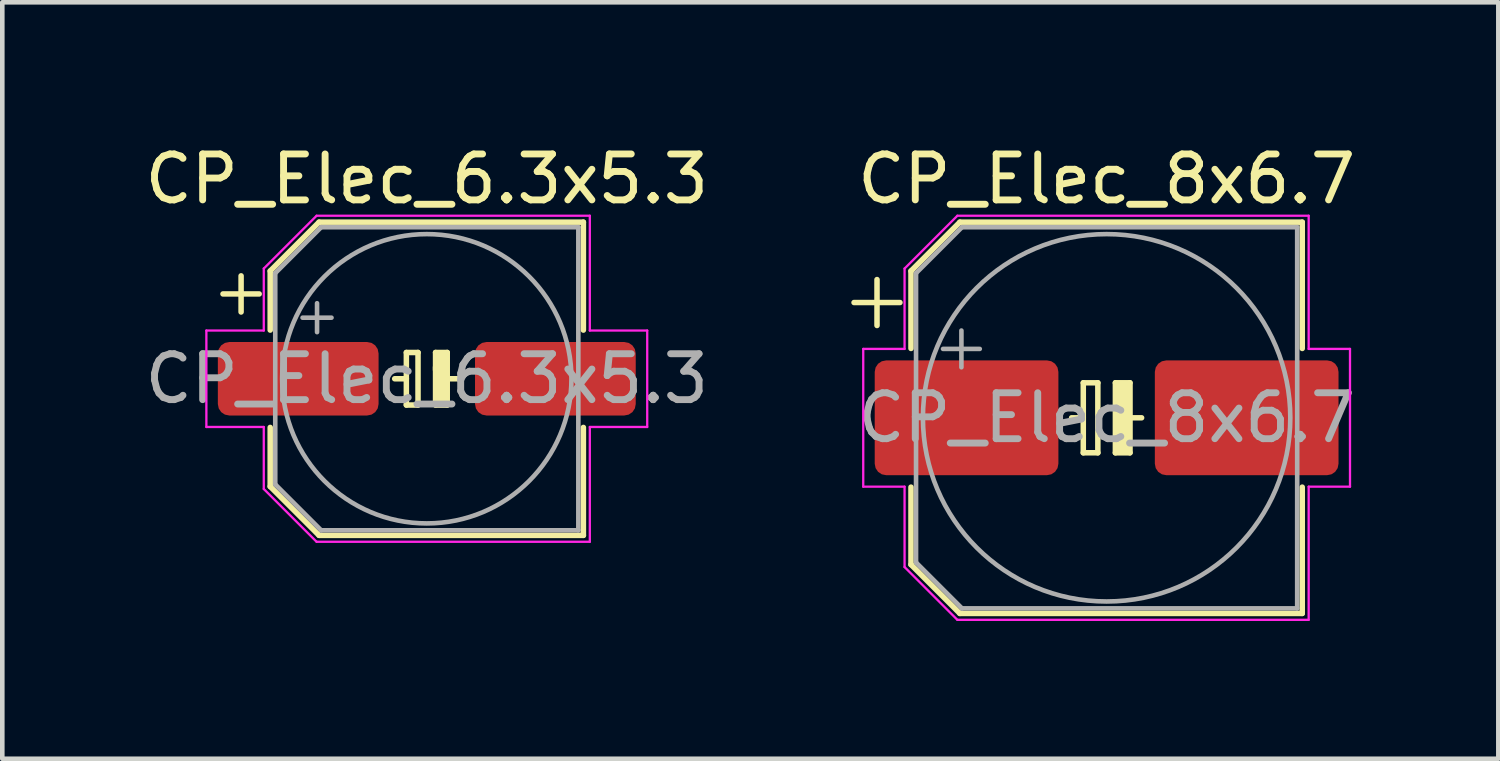
<source format=kicad_pcb>
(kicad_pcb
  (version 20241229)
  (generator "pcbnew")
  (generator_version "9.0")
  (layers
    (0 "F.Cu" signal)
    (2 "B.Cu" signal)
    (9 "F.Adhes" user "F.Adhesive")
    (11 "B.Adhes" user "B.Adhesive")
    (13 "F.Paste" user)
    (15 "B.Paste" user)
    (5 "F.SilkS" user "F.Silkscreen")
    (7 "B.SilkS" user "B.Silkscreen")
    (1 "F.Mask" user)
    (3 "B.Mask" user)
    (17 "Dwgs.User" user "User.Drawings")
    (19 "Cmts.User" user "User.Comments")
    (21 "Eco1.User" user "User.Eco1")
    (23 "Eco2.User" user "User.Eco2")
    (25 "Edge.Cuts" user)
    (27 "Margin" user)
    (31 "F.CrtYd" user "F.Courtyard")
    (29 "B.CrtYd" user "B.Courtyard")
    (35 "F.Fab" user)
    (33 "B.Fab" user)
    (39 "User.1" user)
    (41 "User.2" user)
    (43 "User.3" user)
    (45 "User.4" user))
  (footprint "CP_Elec_8x6.7"
    (layer "F.Cu")
    (at 21.048 6.048)
    (property "Reference" "CP_Elec_8x6.7" (at 0 -5.2 0) (layer "F.SilkS") (effects (font (size 1 1) (thickness 0.15))))
    (attr smd)
    (fp_line (start -5.5 -2.51) (end -4.5 -2.51) (stroke (width 0.12) (type solid)) (layer "F.SilkS"))
    (fp_line (start -5 -3.01) (end -5 -2.01) (stroke (width 0.12) (type solid)) (layer "F.SilkS"))
    (fp_line (start -4.26 -3.196) (end -4.26 -1.51) (stroke (width 0.12) (type solid)) (layer "F.SilkS"))
    (fp_line (start -4.26 -3.196) (end -3.196 -4.26) (stroke (width 0.12) (type solid)) (layer "F.SilkS"))
    (fp_line (start -4.26 3.196) (end -4.26 1.51) (stroke (width 0.12) (type solid)) (layer "F.SilkS"))
    (fp_line (start -4.26 3.196) (end -3.196 4.26) (stroke (width 0.12) (type solid)) (layer "F.SilkS"))
    (fp_line (start -3.196 -4.26) (end 4.26 -4.26) (stroke (width 0.12) (type solid)) (layer "F.SilkS"))
    (fp_line (start -3.196 4.26) (end 4.26 4.26) (stroke (width 0.12) (type solid)) (layer "F.SilkS"))
    (fp_line (start -0.508 0) (end -0.762 0) (stroke (width 0.12) (type solid)) (layer "F.SilkS"))
    (fp_line (start -0.508 0.762) (end -0.508 -0.762) (stroke (width 0.12) (type solid)) (layer "F.SilkS"))
    (fp_line (start -0.508 0.762) (end -0.191 0.762) (stroke (width 0.12) (type solid)) (layer "F.SilkS"))
    (fp_line (start -0.191 -0.762) (end -0.508 -0.762) (stroke (width 0.12) (type solid)) (layer "F.SilkS"))
    (fp_line (start -0.191 -0.762) (end -0.191 0.762) (stroke (width 0.12) (type solid)) (layer "F.SilkS"))
    (fp_line (start 0.191 -0.762) (end 0.191 -0.191) (stroke (width 0.12) (type solid)) (layer "F.SilkS"))
    (fp_line (start 0.191 -0.254) (end 0.191 0.762) (stroke (width 0.12) (type solid)) (layer "F.SilkS"))
    (fp_line (start 0.191 0.762) (end 0.508 0.762) (stroke (width 0.12) (type solid)) (layer "F.SilkS"))
    (fp_line (start 0.508 -0.762) (end 0.191 -0.762) (stroke (width 0.12) (type solid)) (layer "F.SilkS"))
    (fp_line (start 0.508 0) (end 0.762 0) (stroke (width 0.12) (type solid)) (layer "F.SilkS"))
    (fp_line (start 0.508 0.762) (end 0.508 -0.762) (stroke (width 0.12) (type solid)) (layer "F.SilkS"))
    (fp_line (start 4.26 -4.26) (end 4.26 -1.51) (stroke (width 0.12) (type solid)) (layer "F.SilkS"))
    (fp_line (start 4.26 4.26) (end 4.26 1.51) (stroke (width 0.12) (type solid)) (layer "F.SilkS"))
    (fp_poly (pts (xy 0.508 0.762) (xy 0.191 0.762) (xy 0.191 -0.762) (xy 0.508 -0.762)) (stroke (width 0.1) (type solid)) (fill yes) (layer "F.SilkS"))
    (fp_line (start -5.3 -1.5) (end -5.3 1.5) (stroke (width 0.05) (type solid)) (layer "F.CrtYd"))
    (fp_line (start -5.3 1.5) (end -4.4 1.5) (stroke (width 0.05) (type solid)) (layer "F.CrtYd"))
    (fp_line (start -4.4 -3.25) (end -4.4 -1.5) (stroke (width 0.05) (type solid)) (layer "F.CrtYd"))
    (fp_line (start -4.4 -3.25) (end -3.25 -4.4) (stroke (width 0.05) (type solid)) (layer "F.CrtYd"))
    (fp_line (start -4.4 -1.5) (end -5.3 -1.5) (stroke (width 0.05) (type solid)) (layer "F.CrtYd"))
    (fp_line (start -4.4 1.5) (end -4.4 3.25) (stroke (width 0.05) (type solid)) (layer "F.CrtYd"))
    (fp_line (start -4.4 3.25) (end -3.25 4.4) (stroke (width 0.05) (type solid)) (layer "F.CrtYd"))
    (fp_line (start -3.25 -4.4) (end 4.4 -4.4) (stroke (width 0.05) (type solid)) (layer "F.CrtYd"))
    (fp_line (start -3.25 4.4) (end 4.4 4.4) (stroke (width 0.05) (type solid)) (layer "F.CrtYd"))
    (fp_line (start 4.4 -4.4) (end 4.4 -1.5) (stroke (width 0.05) (type solid)) (layer "F.CrtYd"))
    (fp_line (start 4.4 -1.5) (end 5.3 -1.5) (stroke (width 0.05) (type solid)) (layer "F.CrtYd"))
    (fp_line (start 4.4 1.5) (end 4.4 4.4) (stroke (width 0.05) (type solid)) (layer "F.CrtYd"))
    (fp_line (start 5.3 -1.5) (end 5.3 1.5) (stroke (width 0.05) (type solid)) (layer "F.CrtYd"))
    (fp_line (start 5.3 1.5) (end 4.4 1.5) (stroke (width 0.05) (type solid)) (layer "F.CrtYd"))
    (fp_line (start -4.15 -3.15) (end -4.15 3.15) (stroke (width 0.1) (type solid)) (layer "F.Fab"))
    (fp_line (start -4.15 -3.15) (end -3.15 -4.15) (stroke (width 0.1) (type solid)) (layer "F.Fab"))
    (fp_line (start -4.15 3.15) (end -3.15 4.15) (stroke (width 0.1) (type solid)) (layer "F.Fab"))
    (fp_line (start -3.562 -1.5) (end -2.762 -1.5) (stroke (width 0.1) (type solid)) (layer "F.Fab"))
    (fp_line (start -3.162 -1.9) (end -3.162 -1.1) (stroke (width 0.1) (type solid)) (layer "F.Fab"))
    (fp_line (start -3.15 -4.15) (end 4.15 -4.15) (stroke (width 0.1) (type solid)) (layer "F.Fab"))
    (fp_line (start -3.15 4.15) (end 4.15 4.15) (stroke (width 0.1) (type solid)) (layer "F.Fab"))
    (fp_line (start 4.15 -4.15) (end 4.15 4.15) (stroke (width 0.1) (type solid)) (layer "F.Fab"))
    (fp_circle (center 0 0) (end 4 0) (stroke (width 0.1) (type solid)) (fill no) (layer "F.Fab"))
    (fp_text user "${REFERENCE}" (at 0 0 0) (layer "F.Fab") (effects (font (size 1 1) (thickness 0.15))))
    (pad "1" smd roundrect (at -3.05 0) (size 4 2.5) (layers "F.Cu" "F.Mask" "F.Paste") (roundrect_rratio 0.1))
    (pad "2" smd roundrect (at 3.05 0) (size 4 2.5) (layers "F.Cu" "F.Mask" "F.Paste") (roundrect_rratio 0.1)))
  (footprint "CP_Elec_6.3x5.3"
    (layer "F.Cu")
    (at 6.244 5.198)
    (property "Reference" "CP_Elec_6.3x5.3" (at 0 -4.35 0) (layer "F.SilkS") (effects (font (size 1 1) (thickness 0.15))))
    (attr smd)
    (fp_line (start -4.438 -1.847) (end -3.65 -1.847) (stroke (width 0.12) (type solid)) (layer "F.SilkS"))
    (fp_line (start -4.044 -2.241) (end -4.044 -1.454) (stroke (width 0.12) (type solid)) (layer "F.SilkS"))
    (fp_line (start -3.41 -2.346) (end -3.41 -1.06) (stroke (width 0.12) (type solid)) (layer "F.SilkS"))
    (fp_line (start -3.41 -2.346) (end -2.346 -3.41) (stroke (width 0.12) (type solid)) (layer "F.SilkS"))
    (fp_line (start -3.41 2.346) (end -3.41 1.06) (stroke (width 0.12) (type solid)) (layer "F.SilkS"))
    (fp_line (start -3.41 2.346) (end -2.346 3.41) (stroke (width 0.12) (type solid)) (layer "F.SilkS"))
    (fp_line (start -2.346 -3.41) (end 3.41 -3.41) (stroke (width 0.12) (type solid)) (layer "F.SilkS"))
    (fp_line (start -2.346 3.41) (end 3.41 3.41) (stroke (width 0.12) (type solid)) (layer "F.SilkS"))
    (fp_line (start -0.445 -0.572) (end -0.191 -0.572) (stroke (width 0.12) (type solid)) (layer "F.SilkS"))
    (fp_line (start -0.445 0) (end -0.699 0) (stroke (width 0.12) (type solid)) (layer "F.SilkS"))
    (fp_line (start -0.445 0.572) (end -0.445 -0.572) (stroke (width 0.12) (type solid)) (layer "F.SilkS"))
    (fp_line (start -0.191 -0.572) (end -0.191 0.572) (stroke (width 0.12) (type solid)) (layer "F.SilkS"))
    (fp_line (start -0.191 0.572) (end -0.445 0.572) (stroke (width 0.12) (type solid)) (layer "F.SilkS"))
    (fp_line (start 0.191 -0.572) (end 0.191 -0.191) (stroke (width 0.12) (type solid)) (layer "F.SilkS"))
    (fp_line (start 0.191 -0.572) (end 0.445 -0.572) (stroke (width 0.12) (type solid)) (layer "F.SilkS"))
    (fp_line (start 0.191 -0.254) (end 0.191 0.572) (stroke (width 0.12) (type solid)) (layer "F.SilkS"))
    (fp_line (start 0.445 0) (end 0.699 0) (stroke (width 0.12) (type solid)) (layer "F.SilkS"))
    (fp_line (start 0.445 0.572) (end 0.191 0.572) (stroke (width 0.12) (type solid)) (layer "F.SilkS"))
    (fp_line (start 0.445 0.572) (end 0.445 -0.572) (stroke (width 0.12) (type solid)) (layer "F.SilkS"))
    (fp_line (start 3.41 -3.41) (end 3.41 -1.06) (stroke (width 0.12) (type solid)) (layer "F.SilkS"))
    (fp_line (start 3.41 3.41) (end 3.41 1.06) (stroke (width 0.12) (type solid)) (layer "F.SilkS"))
    (fp_poly (pts (xy 0.445 0.572) (xy 0.191 0.572) (xy 0.191 -0.572) (xy 0.445 -0.572)) (stroke (width 0.1) (type solid)) (fill yes) (layer "F.SilkS"))
    (fp_line (start -4.8 -1.05) (end -4.8 1.05) (stroke (width 0.05) (type solid)) (layer "F.CrtYd"))
    (fp_line (start -4.8 1.05) (end -3.55 1.05) (stroke (width 0.05) (type solid)) (layer "F.CrtYd"))
    (fp_line (start -3.55 -2.4) (end -3.55 -1.05) (stroke (width 0.05) (type solid)) (layer "F.CrtYd"))
    (fp_line (start -3.55 -2.4) (end -2.4 -3.55) (stroke (width 0.05) (type solid)) (layer "F.CrtYd"))
    (fp_line (start -3.55 -1.05) (end -4.8 -1.05) (stroke (width 0.05) (type solid)) (layer "F.CrtYd"))
    (fp_line (start -3.55 1.05) (end -3.55 2.4) (stroke (width 0.05) (type solid)) (layer "F.CrtYd"))
    (fp_line (start -3.55 2.4) (end -2.4 3.55) (stroke (width 0.05) (type solid)) (layer "F.CrtYd"))
    (fp_line (start -2.4 -3.55) (end 3.55 -3.55) (stroke (width 0.05) (type solid)) (layer "F.CrtYd"))
    (fp_line (start -2.4 3.55) (end 3.55 3.55) (stroke (width 0.05) (type solid)) (layer "F.CrtYd"))
    (fp_line (start 3.55 -3.55) (end 3.55 -1.05) (stroke (width 0.05) (type solid)) (layer "F.CrtYd"))
    (fp_line (start 3.55 -1.05) (end 4.8 -1.05) (stroke (width 0.05) (type solid)) (layer "F.CrtYd"))
    (fp_line (start 3.55 1.05) (end 3.55 3.55) (stroke (width 0.05) (type solid)) (layer "F.CrtYd"))
    (fp_line (start 4.8 -1.05) (end 4.8 1.05) (stroke (width 0.05) (type solid)) (layer "F.CrtYd"))
    (fp_line (start 4.8 1.05) (end 3.55 1.05) (stroke (width 0.05) (type solid)) (layer "F.CrtYd"))
    (fp_line (start -3.3 -2.3) (end -3.3 2.3) (stroke (width 0.1) (type solid)) (layer "F.Fab"))
    (fp_line (start -3.3 -2.3) (end -2.3 -3.3) (stroke (width 0.1) (type solid)) (layer "F.Fab"))
    (fp_line (start -3.3 2.3) (end -2.3 3.3) (stroke (width 0.1) (type solid)) (layer "F.Fab"))
    (fp_line (start -2.705 -1.33) (end -2.075 -1.33) (stroke (width 0.1) (type solid)) (layer "F.Fab"))
    (fp_line (start -2.39 -1.645) (end -2.39 -1.015) (stroke (width 0.1) (type solid)) (layer "F.Fab"))
    (fp_line (start -2.3 -3.3) (end 3.3 -3.3) (stroke (width 0.1) (type solid)) (layer "F.Fab"))
    (fp_line (start -2.3 3.3) (end 3.3 3.3) (stroke (width 0.1) (type solid)) (layer "F.Fab"))
    (fp_line (start 3.3 -3.3) (end 3.3 3.3) (stroke (width 0.1) (type solid)) (layer "F.Fab"))
    (fp_circle (center 0 0) (end 3.15 0) (stroke (width 0.1) (type solid)) (fill no) (layer "F.Fab"))
    (fp_text user "${REFERENCE}" (at 0 0 0) (layer "F.Fab") (effects (font (size 1 1) (thickness 0.15))))
    (pad "1" smd roundrect (at -2.8 0) (size 3.5 1.6) (layers "F.Cu" "F.Mask" "F.Paste") (roundrect_rratio 0.156))
    (pad "2" smd roundrect (at 2.8 0) (size 3.5 1.6) (layers "F.Cu" "F.Mask" "F.Paste") (roundrect_rratio 0.156)))
  (gr_rect
    (start -3 -3)
    (end 29.578 13.473)
    (stroke (width 0.1) (type default))
    (fill no)
    (layer "Edge.Cuts")))
</source>
